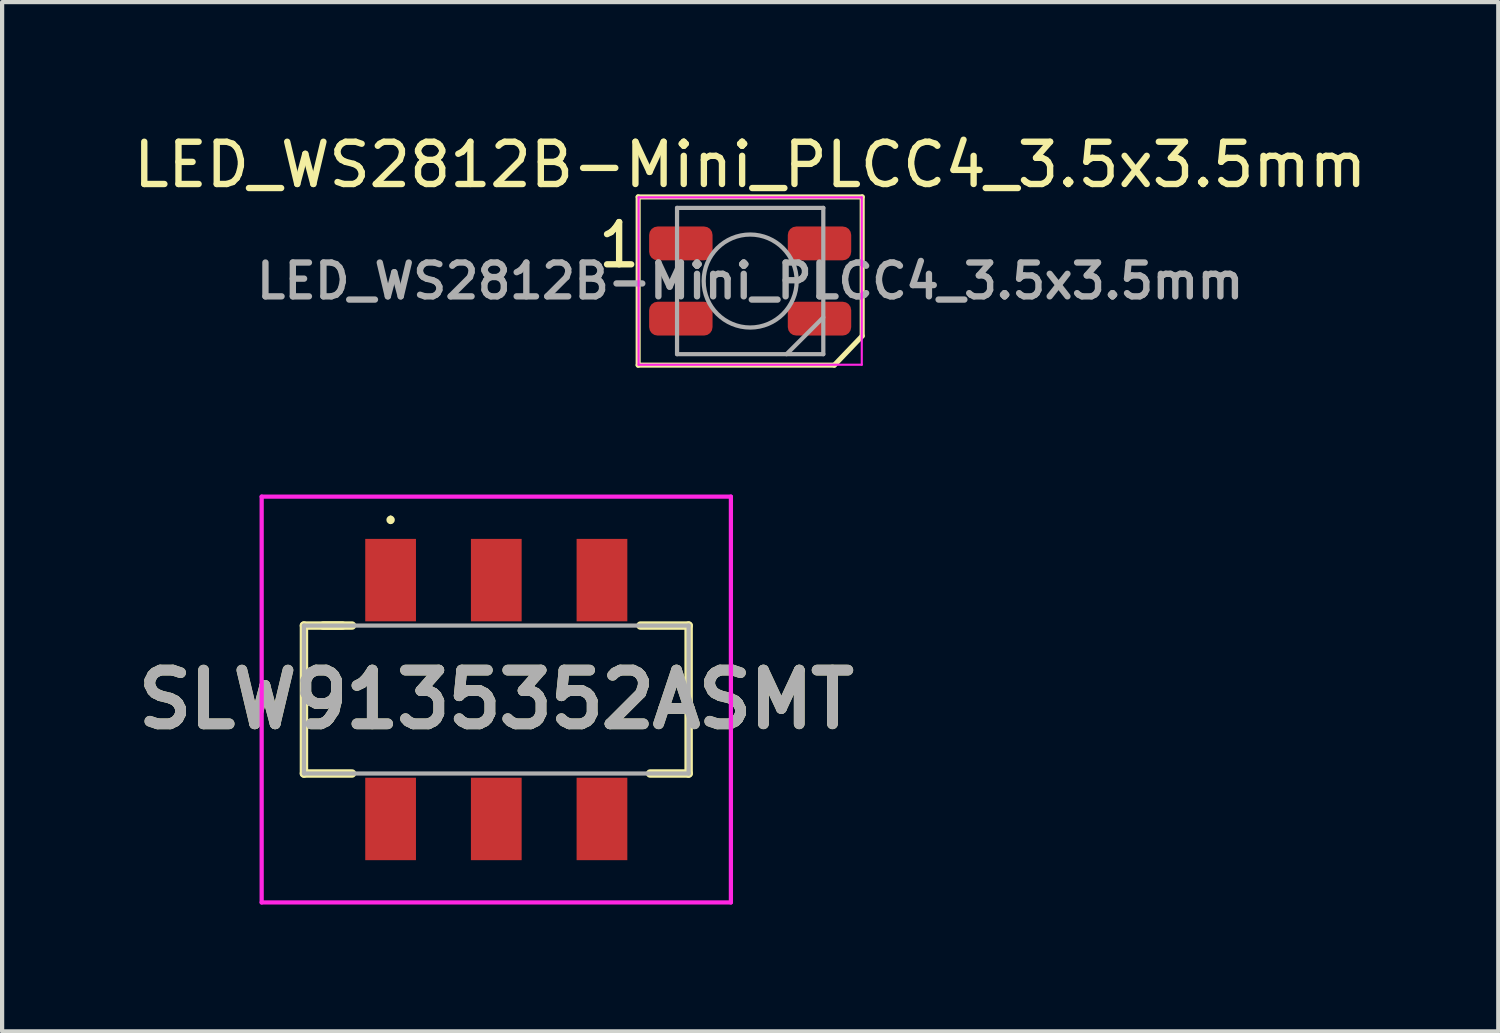
<source format=kicad_pcb>
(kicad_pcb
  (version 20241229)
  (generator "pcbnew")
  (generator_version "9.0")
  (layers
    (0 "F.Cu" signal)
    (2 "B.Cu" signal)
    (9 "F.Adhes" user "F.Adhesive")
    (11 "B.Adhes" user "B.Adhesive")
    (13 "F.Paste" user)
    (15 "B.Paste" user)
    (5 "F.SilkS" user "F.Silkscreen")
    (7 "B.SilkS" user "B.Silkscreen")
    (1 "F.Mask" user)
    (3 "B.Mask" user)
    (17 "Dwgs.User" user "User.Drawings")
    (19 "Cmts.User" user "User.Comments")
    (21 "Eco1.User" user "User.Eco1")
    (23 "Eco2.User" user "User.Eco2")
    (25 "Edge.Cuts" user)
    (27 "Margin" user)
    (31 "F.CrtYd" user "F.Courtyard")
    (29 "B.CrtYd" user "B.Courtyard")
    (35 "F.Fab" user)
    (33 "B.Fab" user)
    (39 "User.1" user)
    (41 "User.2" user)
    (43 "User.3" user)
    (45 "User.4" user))
  (footprint "LED_WS2812B-Mini_PLCC4_3.5x3.5mm"
    (layer "F.Cu")
    (at 14.696 3.598)
    (property "Reference" "LED_WS2812B-Mini_PLCC4_3.5x3.5mm" (at 0 -2.75 0) (layer "F.SilkS") (effects (font (size 1 1) (thickness 0.15))))
    (attr smd)
    (fp_line (start -2.65 -1.99) (end -2.65 1.99) (stroke (width 0.12) (type default)) (layer "F.SilkS"))
    (fp_line (start -2.65 -1.99) (end 2.65 -1.99) (stroke (width 0.12) (type solid)) (layer "F.SilkS"))
    (fp_line (start -2.65 1.99) (end 1.99 1.99) (stroke (width 0.12) (type solid)) (layer "F.SilkS"))
    (fp_line (start 2.65 1.3) (end 1.99 1.99) (stroke (width 0.12) (type default)) (layer "F.SilkS"))
    (fp_line (start 2.65 1.3) (end 2.65 -1.99) (stroke (width 0.12) (type solid)) (layer "F.SilkS"))
    (fp_line (start -2.64 -1.98) (end -2.64 1.98) (stroke (width 0.05) (type solid)) (layer "F.CrtYd"))
    (fp_line (start -2.64 1.98) (end 2.64 1.98) (stroke (width 0.05) (type solid)) (layer "F.CrtYd"))
    (fp_line (start 2.64 -1.98) (end -2.64 -1.98) (stroke (width 0.05) (type solid)) (layer "F.CrtYd"))
    (fp_line (start 2.64 1.98) (end 2.64 -1.98) (stroke (width 0.05) (type solid)) (layer "F.CrtYd"))
    (fp_line (start -1.73 -1.73) (end -1.73 1.73) (stroke (width 0.1) (type solid)) (layer "F.Fab"))
    (fp_line (start -1.73 1.73) (end 1.73 1.73) (stroke (width 0.1) (type solid)) (layer "F.Fab"))
    (fp_line (start 1.73 -1.73) (end -1.73 -1.73) (stroke (width 0.1) (type solid)) (layer "F.Fab"))
    (fp_line (start 1.73 0.86) (end 0.86 1.73) (stroke (width 0.1) (type solid)) (layer "F.Fab"))
    (fp_line (start 1.73 1.73) (end 1.73 -1.73) (stroke (width 0.1) (type solid)) (layer "F.Fab"))
    (fp_circle (center 0 0) (end 1.1 0) (stroke (width 0.1) (type solid)) (fill no) (layer "F.Fab"))
    (fp_text user "1" (at -3.1 -0.85 0) (layer "F.SilkS") (effects (font (size 1 1) (thickness 0.15))))
    (fp_text user "${REFERENCE}" (at 0 0 0) (layer "F.Fab") (effects (font (size 0.8 0.8) (thickness 0.15))))
    (pad "1" smd roundrect (at -1.64 -0.89) (size 1.5 0.8) (layers "F.Cu" "F.Mask" "F.Paste") (roundrect_rratio 0.25))
    (pad "2" smd roundrect (at -1.64 0.89) (size 1.5 0.8) (layers "F.Cu" "F.Mask" "F.Paste") (roundrect_rratio 0.25))
    (pad "3" smd roundrect (at 1.64 0.89) (size 1.5 0.8) (layers "F.Cu" "F.Mask" "F.Paste") (roundrect_rratio 0.25))
    (pad "4" smd roundrect (at 1.64 -0.89) (size 1.5 0.8) (layers "F.Cu" "F.Mask" "F.Paste") (roundrect_rratio 0.25)))
  (footprint "SLW9135352ASMT"
    (layer "F.Cu")
    (at 8.69 13.498)
    (property "Reference" "SLW9135352ASMT" (at 0 0 0) (layer "F.SilkS") (effects (font (size 1.27 1.27) (thickness 0.254))))
    (attr smd)
    (fp_line (start -4.55 -1.75) (end -4.55 1.75) (stroke (width 0.2) (type solid)) (layer "F.SilkS"))
    (fp_line (start -4.55 1.75) (end -3.413 1.75) (stroke (width 0.2) (type solid)) (layer "F.SilkS"))
    (fp_line (start -4.095 -1.75) (end -3.413 -1.75) (stroke (width 0.2) (type solid)) (layer "F.SilkS"))
    (fp_line (start -3.64 -1.75) (end -4.55 -1.75) (stroke (width 0.2) (type solid)) (layer "F.SilkS"))
    (fp_line (start -2.5 -4.3) (end -2.5 -4.3) (stroke (width 0.1) (type solid)) (layer "F.SilkS"))
    (fp_line (start -2.5 -4.2) (end -2.5 -4.2) (stroke (width 0.1) (type solid)) (layer "F.SilkS"))
    (fp_line (start 3.64 1.75) (end 4.55 1.75) (stroke (width 0.2) (type solid)) (layer "F.SilkS"))
    (fp_line (start 4.55 -1.75) (end 3.412 -1.75) (stroke (width 0.2) (type solid)) (layer "F.SilkS"))
    (fp_line (start 4.55 1.75) (end 4.55 -1.75) (stroke (width 0.2) (type solid)) (layer "F.SilkS"))
    (fp_arc (start -2.5 -4.3) (mid -2.45 -4.25) (end -2.5 -4.2) (stroke (width 0.1) (type solid)) (layer "F.SilkS"))
    (fp_arc (start -2.5 -4.2) (mid -2.55 -4.25) (end -2.5 -4.3) (stroke (width 0.1) (type solid)) (layer "F.SilkS"))
    (fp_line (start -5.55 -4.8) (end 5.55 -4.8) (stroke (width 0.1) (type solid)) (layer "F.CrtYd"))
    (fp_line (start -5.55 4.8) (end -5.55 -4.8) (stroke (width 0.1) (type solid)) (layer "F.CrtYd"))
    (fp_line (start 5.55 -4.8) (end 5.55 4.8) (stroke (width 0.1) (type solid)) (layer "F.CrtYd"))
    (fp_line (start 5.55 4.8) (end -5.55 4.8) (stroke (width 0.1) (type solid)) (layer "F.CrtYd"))
    (fp_line (start -4.55 -1.75) (end 4.55 -1.75) (stroke (width 0.1) (type solid)) (layer "F.Fab"))
    (fp_line (start -4.55 1.75) (end -4.55 -1.75) (stroke (width 0.1) (type solid)) (layer "F.Fab"))
    (fp_line (start 4.55 -1.75) (end 4.55 1.75) (stroke (width 0.1) (type solid)) (layer "F.Fab"))
    (fp_line (start 4.55 1.75) (end -4.55 1.75) (stroke (width 0.1) (type solid)) (layer "F.Fab"))
    (fp_text user "${REFERENCE}" (at 0 0 0) (layer "F.Fab") (effects (font (size 1.27 1.27) (thickness 0.254))))
    (pad "1" smd rect (at -2.5 -2.825) (size 1.2 1.95) (layers "F.Cu" "F.Mask" "F.Paste"))
    (pad "2" smd rect (at 0 -2.825) (size 1.2 1.95) (layers "F.Cu" "F.Mask" "F.Paste"))
    (pad "3" smd rect (at 2.5 -2.825) (size 1.2 1.95) (layers "F.Cu" "F.Mask" "F.Paste"))
    (pad "4" smd rect (at -2.5 2.825) (size 1.2 1.95) (layers "F.Cu" "F.Mask" "F.Paste"))
    (pad "5" smd rect (at 0 2.825) (size 1.2 1.95) (layers "F.Cu" "F.Mask" "F.Paste"))
    (pad "6" smd rect (at 2.5 2.825) (size 1.2 1.95) (layers "F.Cu" "F.Mask" "F.Paste")))
  (gr_rect
    (start -3 -3)
    (end 32.393 21.348)
    (stroke (width 0.1) (type default))
    (fill no)
    (layer "Edge.Cuts")))
</source>
